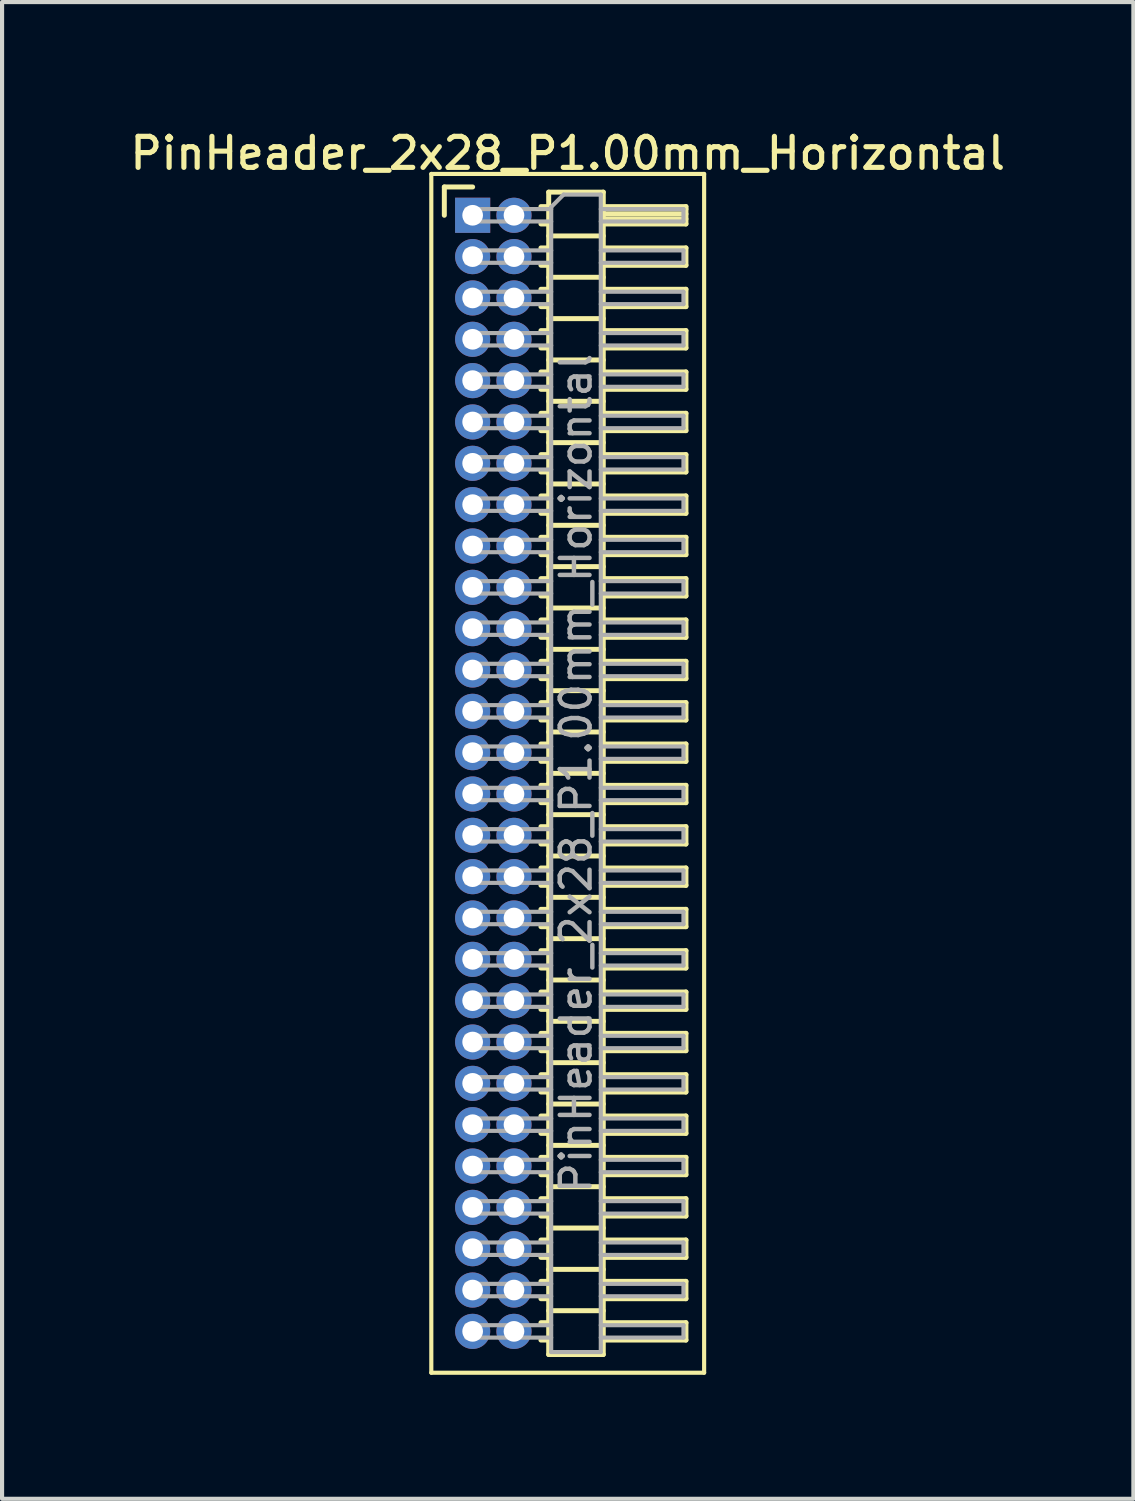
<source format=kicad_pcb>
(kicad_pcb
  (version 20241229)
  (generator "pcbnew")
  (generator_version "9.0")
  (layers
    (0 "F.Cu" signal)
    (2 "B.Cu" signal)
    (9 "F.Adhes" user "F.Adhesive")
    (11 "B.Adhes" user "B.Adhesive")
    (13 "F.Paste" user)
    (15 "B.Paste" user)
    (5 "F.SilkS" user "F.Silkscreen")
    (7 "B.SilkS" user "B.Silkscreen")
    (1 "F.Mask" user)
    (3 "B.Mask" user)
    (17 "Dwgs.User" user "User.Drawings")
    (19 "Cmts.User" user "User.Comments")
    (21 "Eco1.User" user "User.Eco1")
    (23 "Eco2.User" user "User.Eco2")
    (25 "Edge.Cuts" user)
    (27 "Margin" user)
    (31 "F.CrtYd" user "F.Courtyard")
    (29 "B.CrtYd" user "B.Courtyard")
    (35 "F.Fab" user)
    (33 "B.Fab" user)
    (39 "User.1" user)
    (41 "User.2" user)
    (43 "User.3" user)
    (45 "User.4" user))
  (footprint "PinHeader_2x28_P1.00mm_Horizontal"
    (layer "F.Cu")
    (at 8.384 2.158)
    (property "Reference" "PinHeader_2x28_P1.00mm_Horizontal" (at 2.3 -1.5 0) (layer "F.SilkS") (effects (font (size 0.75 0.75) (thickness 0.125))))
    (attr through_hole)
    (fp_line (start -1 -1) (end -1 28) (stroke (width 0.1) (type solid)) (layer "F.SilkS"))
    (fp_line (start -1 28) (end 5.6 28) (stroke (width 0.1) (type solid)) (layer "F.SilkS"))
    (fp_line (start -0.685 -0.685) (end 0 -0.685) (stroke (width 0.12) (type solid)) (layer "F.SilkS"))
    (fp_line (start -0.685 0) (end -0.685 -0.685) (stroke (width 0.12) (type solid)) (layer "F.SilkS"))
    (fp_line (start 1.652 -0.21) (end 1.84 -0.21) (stroke (width 0.12) (type solid)) (layer "F.SilkS"))
    (fp_line (start 1.652 0.21) (end 1.84 0.21) (stroke (width 0.12) (type solid)) (layer "F.SilkS"))
    (fp_line (start 1.652 0.79) (end 1.84 0.79) (stroke (width 0.12) (type solid)) (layer "F.SilkS"))
    (fp_line (start 1.652 1.21) (end 1.84 1.21) (stroke (width 0.12) (type solid)) (layer "F.SilkS"))
    (fp_line (start 1.652 1.79) (end 1.84 1.79) (stroke (width 0.12) (type solid)) (layer "F.SilkS"))
    (fp_line (start 1.652 2.21) (end 1.84 2.21) (stroke (width 0.12) (type solid)) (layer "F.SilkS"))
    (fp_line (start 1.652 2.79) (end 1.84 2.79) (stroke (width 0.12) (type solid)) (layer "F.SilkS"))
    (fp_line (start 1.652 3.21) (end 1.84 3.21) (stroke (width 0.12) (type solid)) (layer "F.SilkS"))
    (fp_line (start 1.652 3.79) (end 1.84 3.79) (stroke (width 0.12) (type solid)) (layer "F.SilkS"))
    (fp_line (start 1.652 4.21) (end 1.84 4.21) (stroke (width 0.12) (type solid)) (layer "F.SilkS"))
    (fp_line (start 1.652 4.79) (end 1.84 4.79) (stroke (width 0.12) (type solid)) (layer "F.SilkS"))
    (fp_line (start 1.652 5.21) (end 1.84 5.21) (stroke (width 0.12) (type solid)) (layer "F.SilkS"))
    (fp_line (start 1.652 5.79) (end 1.84 5.79) (stroke (width 0.12) (type solid)) (layer "F.SilkS"))
    (fp_line (start 1.652 6.21) (end 1.84 6.21) (stroke (width 0.12) (type solid)) (layer "F.SilkS"))
    (fp_line (start 1.652 6.79) (end 1.84 6.79) (stroke (width 0.12) (type solid)) (layer "F.SilkS"))
    (fp_line (start 1.652 7.21) (end 1.84 7.21) (stroke (width 0.12) (type solid)) (layer "F.SilkS"))
    (fp_line (start 1.652 7.79) (end 1.84 7.79) (stroke (width 0.12) (type solid)) (layer "F.SilkS"))
    (fp_line (start 1.652 8.21) (end 1.84 8.21) (stroke (width 0.12) (type solid)) (layer "F.SilkS"))
    (fp_line (start 1.652 8.79) (end 1.84 8.79) (stroke (width 0.12) (type solid)) (layer "F.SilkS"))
    (fp_line (start 1.652 9.21) (end 1.84 9.21) (stroke (width 0.12) (type solid)) (layer "F.SilkS"))
    (fp_line (start 1.652 9.79) (end 1.84 9.79) (stroke (width 0.12) (type solid)) (layer "F.SilkS"))
    (fp_line (start 1.652 10.21) (end 1.84 10.21) (stroke (width 0.12) (type solid)) (layer "F.SilkS"))
    (fp_line (start 1.652 10.79) (end 1.84 10.79) (stroke (width 0.12) (type solid)) (layer "F.SilkS"))
    (fp_line (start 1.652 11.21) (end 1.84 11.21) (stroke (width 0.12) (type solid)) (layer "F.SilkS"))
    (fp_line (start 1.652 11.79) (end 1.84 11.79) (stroke (width 0.12) (type solid)) (layer "F.SilkS"))
    (fp_line (start 1.652 12.21) (end 1.84 12.21) (stroke (width 0.12) (type solid)) (layer "F.SilkS"))
    (fp_line (start 1.652 12.79) (end 1.84 12.79) (stroke (width 0.12) (type solid)) (layer "F.SilkS"))
    (fp_line (start 1.652 13.21) (end 1.84 13.21) (stroke (width 0.12) (type solid)) (layer "F.SilkS"))
    (fp_line (start 1.652 13.79) (end 1.84 13.79) (stroke (width 0.12) (type solid)) (layer "F.SilkS"))
    (fp_line (start 1.652 14.21) (end 1.84 14.21) (stroke (width 0.12) (type solid)) (layer "F.SilkS"))
    (fp_line (start 1.652 14.79) (end 1.84 14.79) (stroke (width 0.12) (type solid)) (layer "F.SilkS"))
    (fp_line (start 1.652 15.21) (end 1.84 15.21) (stroke (width 0.12) (type solid)) (layer "F.SilkS"))
    (fp_line (start 1.652 15.79) (end 1.84 15.79) (stroke (width 0.12) (type solid)) (layer "F.SilkS"))
    (fp_line (start 1.652 16.21) (end 1.84 16.21) (stroke (width 0.12) (type solid)) (layer "F.SilkS"))
    (fp_line (start 1.652 16.79) (end 1.84 16.79) (stroke (width 0.12) (type solid)) (layer "F.SilkS"))
    (fp_line (start 1.652 17.21) (end 1.84 17.21) (stroke (width 0.12) (type solid)) (layer "F.SilkS"))
    (fp_line (start 1.652 17.79) (end 1.84 17.79) (stroke (width 0.12) (type solid)) (layer "F.SilkS"))
    (fp_line (start 1.652 18.21) (end 1.84 18.21) (stroke (width 0.12) (type solid)) (layer "F.SilkS"))
    (fp_line (start 1.652 18.79) (end 1.84 18.79) (stroke (width 0.12) (type solid)) (layer "F.SilkS"))
    (fp_line (start 1.652 19.21) (end 1.84 19.21) (stroke (width 0.12) (type solid)) (layer "F.SilkS"))
    (fp_line (start 1.652 19.79) (end 1.84 19.79) (stroke (width 0.12) (type solid)) (layer "F.SilkS"))
    (fp_line (start 1.652 20.21) (end 1.84 20.21) (stroke (width 0.12) (type solid)) (layer "F.SilkS"))
    (fp_line (start 1.652 20.79) (end 1.84 20.79) (stroke (width 0.12) (type solid)) (layer "F.SilkS"))
    (fp_line (start 1.652 21.21) (end 1.84 21.21) (stroke (width 0.12) (type solid)) (layer "F.SilkS"))
    (fp_line (start 1.652 21.79) (end 1.84 21.79) (stroke (width 0.12) (type solid)) (layer "F.SilkS"))
    (fp_line (start 1.652 22.21) (end 1.84 22.21) (stroke (width 0.12) (type solid)) (layer "F.SilkS"))
    (fp_line (start 1.652 22.79) (end 1.84 22.79) (stroke (width 0.12) (type solid)) (layer "F.SilkS"))
    (fp_line (start 1.652 23.21) (end 1.84 23.21) (stroke (width 0.12) (type solid)) (layer "F.SilkS"))
    (fp_line (start 1.652 23.79) (end 1.84 23.79) (stroke (width 0.12) (type solid)) (layer "F.SilkS"))
    (fp_line (start 1.652 24.21) (end 1.84 24.21) (stroke (width 0.12) (type solid)) (layer "F.SilkS"))
    (fp_line (start 1.652 24.79) (end 1.84 24.79) (stroke (width 0.12) (type solid)) (layer "F.SilkS"))
    (fp_line (start 1.652 25.21) (end 1.84 25.21) (stroke (width 0.12) (type solid)) (layer "F.SilkS"))
    (fp_line (start 1.652 25.79) (end 1.84 25.79) (stroke (width 0.12) (type solid)) (layer "F.SilkS"))
    (fp_line (start 1.652 26.21) (end 1.84 26.21) (stroke (width 0.12) (type solid)) (layer "F.SilkS"))
    (fp_line (start 1.652 26.79) (end 1.84 26.79) (stroke (width 0.12) (type solid)) (layer "F.SilkS"))
    (fp_line (start 1.652 27.21) (end 1.84 27.21) (stroke (width 0.12) (type solid)) (layer "F.SilkS"))
    (fp_line (start 1.84 -0.56) (end 1.84 27.56) (stroke (width 0.12) (type solid)) (layer "F.SilkS"))
    (fp_line (start 1.84 0.5) (end 3.16 0.5) (stroke (width 0.12) (type solid)) (layer "F.SilkS"))
    (fp_line (start 1.84 1.5) (end 3.16 1.5) (stroke (width 0.12) (type solid)) (layer "F.SilkS"))
    (fp_line (start 1.84 2.5) (end 3.16 2.5) (stroke (width 0.12) (type solid)) (layer "F.SilkS"))
    (fp_line (start 1.84 3.5) (end 3.16 3.5) (stroke (width 0.12) (type solid)) (layer "F.SilkS"))
    (fp_line (start 1.84 4.5) (end 3.16 4.5) (stroke (width 0.12) (type solid)) (layer "F.SilkS"))
    (fp_line (start 1.84 5.5) (end 3.16 5.5) (stroke (width 0.12) (type solid)) (layer "F.SilkS"))
    (fp_line (start 1.84 6.5) (end 3.16 6.5) (stroke (width 0.12) (type solid)) (layer "F.SilkS"))
    (fp_line (start 1.84 7.5) (end 3.16 7.5) (stroke (width 0.12) (type solid)) (layer "F.SilkS"))
    (fp_line (start 1.84 8.5) (end 3.16 8.5) (stroke (width 0.12) (type solid)) (layer "F.SilkS"))
    (fp_line (start 1.84 9.5) (end 3.16 9.5) (stroke (width 0.12) (type solid)) (layer "F.SilkS"))
    (fp_line (start 1.84 10.5) (end 3.16 10.5) (stroke (width 0.12) (type solid)) (layer "F.SilkS"))
    (fp_line (start 1.84 11.5) (end 3.16 11.5) (stroke (width 0.12) (type solid)) (layer "F.SilkS"))
    (fp_line (start 1.84 12.5) (end 3.16 12.5) (stroke (width 0.12) (type solid)) (layer "F.SilkS"))
    (fp_line (start 1.84 13.5) (end 3.16 13.5) (stroke (width 0.12) (type solid)) (layer "F.SilkS"))
    (fp_line (start 1.84 14.5) (end 3.16 14.5) (stroke (width 0.12) (type solid)) (layer "F.SilkS"))
    (fp_line (start 1.84 15.5) (end 3.16 15.5) (stroke (width 0.12) (type solid)) (layer "F.SilkS"))
    (fp_line (start 1.84 16.5) (end 3.16 16.5) (stroke (width 0.12) (type solid)) (layer "F.SilkS"))
    (fp_line (start 1.84 17.5) (end 3.16 17.5) (stroke (width 0.12) (type solid)) (layer "F.SilkS"))
    (fp_line (start 1.84 18.5) (end 3.16 18.5) (stroke (width 0.12) (type solid)) (layer "F.SilkS"))
    (fp_line (start 1.84 19.5) (end 3.16 19.5) (stroke (width 0.12) (type solid)) (layer "F.SilkS"))
    (fp_line (start 1.84 20.5) (end 3.16 20.5) (stroke (width 0.12) (type solid)) (layer "F.SilkS"))
    (fp_line (start 1.84 21.5) (end 3.16 21.5) (stroke (width 0.12) (type solid)) (layer "F.SilkS"))
    (fp_line (start 1.84 22.5) (end 3.16 22.5) (stroke (width 0.12) (type solid)) (layer "F.SilkS"))
    (fp_line (start 1.84 23.5) (end 3.16 23.5) (stroke (width 0.12) (type solid)) (layer "F.SilkS"))
    (fp_line (start 1.84 24.5) (end 3.16 24.5) (stroke (width 0.12) (type solid)) (layer "F.SilkS"))
    (fp_line (start 1.84 25.5) (end 3.16 25.5) (stroke (width 0.12) (type solid)) (layer "F.SilkS"))
    (fp_line (start 1.84 26.5) (end 3.16 26.5) (stroke (width 0.12) (type solid)) (layer "F.SilkS"))
    (fp_line (start 1.84 27.56) (end 3.16 27.56) (stroke (width 0.12) (type solid)) (layer "F.SilkS"))
    (fp_line (start 3.16 -0.56) (end 1.84 -0.56) (stroke (width 0.12) (type solid)) (layer "F.SilkS"))
    (fp_line (start 3.16 -0.21) (end 5.16 -0.21) (stroke (width 0.12) (type solid)) (layer "F.SilkS"))
    (fp_line (start 3.16 -0.15) (end 5.16 -0.15) (stroke (width 0.12) (type solid)) (layer "F.SilkS"))
    (fp_line (start 3.16 -0.03) (end 5.16 -0.03) (stroke (width 0.12) (type solid)) (layer "F.SilkS"))
    (fp_line (start 3.16 0.09) (end 5.16 0.09) (stroke (width 0.12) (type solid)) (layer "F.SilkS"))
    (fp_line (start 3.16 0.79) (end 5.16 0.79) (stroke (width 0.12) (type solid)) (layer "F.SilkS"))
    (fp_line (start 3.16 1.79) (end 5.16 1.79) (stroke (width 0.12) (type solid)) (layer "F.SilkS"))
    (fp_line (start 3.16 2.79) (end 5.16 2.79) (stroke (width 0.12) (type solid)) (layer "F.SilkS"))
    (fp_line (start 3.16 3.79) (end 5.16 3.79) (stroke (width 0.12) (type solid)) (layer "F.SilkS"))
    (fp_line (start 3.16 4.79) (end 5.16 4.79) (stroke (width 0.12) (type solid)) (layer "F.SilkS"))
    (fp_line (start 3.16 5.79) (end 5.16 5.79) (stroke (width 0.12) (type solid)) (layer "F.SilkS"))
    (fp_line (start 3.16 6.79) (end 5.16 6.79) (stroke (width 0.12) (type solid)) (layer "F.SilkS"))
    (fp_line (start 3.16 7.79) (end 5.16 7.79) (stroke (width 0.12) (type solid)) (layer "F.SilkS"))
    (fp_line (start 3.16 8.79) (end 5.16 8.79) (stroke (width 0.12) (type solid)) (layer "F.SilkS"))
    (fp_line (start 3.16 9.79) (end 5.16 9.79) (stroke (width 0.12) (type solid)) (layer "F.SilkS"))
    (fp_line (start 3.16 10.79) (end 5.16 10.79) (stroke (width 0.12) (type solid)) (layer "F.SilkS"))
    (fp_line (start 3.16 11.79) (end 5.16 11.79) (stroke (width 0.12) (type solid)) (layer "F.SilkS"))
    (fp_line (start 3.16 12.79) (end 5.16 12.79) (stroke (width 0.12) (type solid)) (layer "F.SilkS"))
    (fp_line (start 3.16 13.79) (end 5.16 13.79) (stroke (width 0.12) (type solid)) (layer "F.SilkS"))
    (fp_line (start 3.16 14.79) (end 5.16 14.79) (stroke (width 0.12) (type solid)) (layer "F.SilkS"))
    (fp_line (start 3.16 15.79) (end 5.16 15.79) (stroke (width 0.12) (type solid)) (layer "F.SilkS"))
    (fp_line (start 3.16 16.79) (end 5.16 16.79) (stroke (width 0.12) (type solid)) (layer "F.SilkS"))
    (fp_line (start 3.16 17.79) (end 5.16 17.79) (stroke (width 0.12) (type solid)) (layer "F.SilkS"))
    (fp_line (start 3.16 18.79) (end 5.16 18.79) (stroke (width 0.12) (type solid)) (layer "F.SilkS"))
    (fp_line (start 3.16 19.79) (end 5.16 19.79) (stroke (width 0.12) (type solid)) (layer "F.SilkS"))
    (fp_line (start 3.16 20.79) (end 5.16 20.79) (stroke (width 0.12) (type solid)) (layer "F.SilkS"))
    (fp_line (start 3.16 21.79) (end 5.16 21.79) (stroke (width 0.12) (type solid)) (layer "F.SilkS"))
    (fp_line (start 3.16 22.79) (end 5.16 22.79) (stroke (width 0.12) (type solid)) (layer "F.SilkS"))
    (fp_line (start 3.16 23.79) (end 5.16 23.79) (stroke (width 0.12) (type solid)) (layer "F.SilkS"))
    (fp_line (start 3.16 24.79) (end 5.16 24.79) (stroke (width 0.12) (type solid)) (layer "F.SilkS"))
    (fp_line (start 3.16 25.79) (end 5.16 25.79) (stroke (width 0.12) (type solid)) (layer "F.SilkS"))
    (fp_line (start 3.16 26.79) (end 5.16 26.79) (stroke (width 0.12) (type solid)) (layer "F.SilkS"))
    (fp_line (start 3.16 27.56) (end 3.16 -0.56) (stroke (width 0.12) (type solid)) (layer "F.SilkS"))
    (fp_line (start 5.16 -0.21) (end 5.16 0.21) (stroke (width 0.12) (type solid)) (layer "F.SilkS"))
    (fp_line (start 5.16 0.21) (end 3.16 0.21) (stroke (width 0.12) (type solid)) (layer "F.SilkS"))
    (fp_line (start 5.16 0.79) (end 5.16 1.21) (stroke (width 0.12) (type solid)) (layer "F.SilkS"))
    (fp_line (start 5.16 1.21) (end 3.16 1.21) (stroke (width 0.12) (type solid)) (layer "F.SilkS"))
    (fp_line (start 5.16 1.79) (end 5.16 2.21) (stroke (width 0.12) (type solid)) (layer "F.SilkS"))
    (fp_line (start 5.16 2.21) (end 3.16 2.21) (stroke (width 0.12) (type solid)) (layer "F.SilkS"))
    (fp_line (start 5.16 2.79) (end 5.16 3.21) (stroke (width 0.12) (type solid)) (layer "F.SilkS"))
    (fp_line (start 5.16 3.21) (end 3.16 3.21) (stroke (width 0.12) (type solid)) (layer "F.SilkS"))
    (fp_line (start 5.16 3.79) (end 5.16 4.21) (stroke (width 0.12) (type solid)) (layer "F.SilkS"))
    (fp_line (start 5.16 4.21) (end 3.16 4.21) (stroke (width 0.12) (type solid)) (layer "F.SilkS"))
    (fp_line (start 5.16 4.79) (end 5.16 5.21) (stroke (width 0.12) (type solid)) (layer "F.SilkS"))
    (fp_line (start 5.16 5.21) (end 3.16 5.21) (stroke (width 0.12) (type solid)) (layer "F.SilkS"))
    (fp_line (start 5.16 5.79) (end 5.16 6.21) (stroke (width 0.12) (type solid)) (layer "F.SilkS"))
    (fp_line (start 5.16 6.21) (end 3.16 6.21) (stroke (width 0.12) (type solid)) (layer "F.SilkS"))
    (fp_line (start 5.16 6.79) (end 5.16 7.21) (stroke (width 0.12) (type solid)) (layer "F.SilkS"))
    (fp_line (start 5.16 7.21) (end 3.16 7.21) (stroke (width 0.12) (type solid)) (layer "F.SilkS"))
    (fp_line (start 5.16 7.79) (end 5.16 8.21) (stroke (width 0.12) (type solid)) (layer "F.SilkS"))
    (fp_line (start 5.16 8.21) (end 3.16 8.21) (stroke (width 0.12) (type solid)) (layer "F.SilkS"))
    (fp_line (start 5.16 8.79) (end 5.16 9.21) (stroke (width 0.12) (type solid)) (layer "F.SilkS"))
    (fp_line (start 5.16 9.21) (end 3.16 9.21) (stroke (width 0.12) (type solid)) (layer "F.SilkS"))
    (fp_line (start 5.16 9.79) (end 5.16 10.21) (stroke (width 0.12) (type solid)) (layer "F.SilkS"))
    (fp_line (start 5.16 10.21) (end 3.16 10.21) (stroke (width 0.12) (type solid)) (layer "F.SilkS"))
    (fp_line (start 5.16 10.79) (end 5.16 11.21) (stroke (width 0.12) (type solid)) (layer "F.SilkS"))
    (fp_line (start 5.16 11.21) (end 3.16 11.21) (stroke (width 0.12) (type solid)) (layer "F.SilkS"))
    (fp_line (start 5.16 11.79) (end 5.16 12.21) (stroke (width 0.12) (type solid)) (layer "F.SilkS"))
    (fp_line (start 5.16 12.21) (end 3.16 12.21) (stroke (width 0.12) (type solid)) (layer "F.SilkS"))
    (fp_line (start 5.16 12.79) (end 5.16 13.21) (stroke (width 0.12) (type solid)) (layer "F.SilkS"))
    (fp_line (start 5.16 13.21) (end 3.16 13.21) (stroke (width 0.12) (type solid)) (layer "F.SilkS"))
    (fp_line (start 5.16 13.79) (end 5.16 14.21) (stroke (width 0.12) (type solid)) (layer "F.SilkS"))
    (fp_line (start 5.16 14.21) (end 3.16 14.21) (stroke (width 0.12) (type solid)) (layer "F.SilkS"))
    (fp_line (start 5.16 14.79) (end 5.16 15.21) (stroke (width 0.12) (type solid)) (layer "F.SilkS"))
    (fp_line (start 5.16 15.21) (end 3.16 15.21) (stroke (width 0.12) (type solid)) (layer "F.SilkS"))
    (fp_line (start 5.16 15.79) (end 5.16 16.21) (stroke (width 0.12) (type solid)) (layer "F.SilkS"))
    (fp_line (start 5.16 16.21) (end 3.16 16.21) (stroke (width 0.12) (type solid)) (layer "F.SilkS"))
    (fp_line (start 5.16 16.79) (end 5.16 17.21) (stroke (width 0.12) (type solid)) (layer "F.SilkS"))
    (fp_line (start 5.16 17.21) (end 3.16 17.21) (stroke (width 0.12) (type solid)) (layer "F.SilkS"))
    (fp_line (start 5.16 17.79) (end 5.16 18.21) (stroke (width 0.12) (type solid)) (layer "F.SilkS"))
    (fp_line (start 5.16 18.21) (end 3.16 18.21) (stroke (width 0.12) (type solid)) (layer "F.SilkS"))
    (fp_line (start 5.16 18.79) (end 5.16 19.21) (stroke (width 0.12) (type solid)) (layer "F.SilkS"))
    (fp_line (start 5.16 19.21) (end 3.16 19.21) (stroke (width 0.12) (type solid)) (layer "F.SilkS"))
    (fp_line (start 5.16 19.79) (end 5.16 20.21) (stroke (width 0.12) (type solid)) (layer "F.SilkS"))
    (fp_line (start 5.16 20.21) (end 3.16 20.21) (stroke (width 0.12) (type solid)) (layer "F.SilkS"))
    (fp_line (start 5.16 20.79) (end 5.16 21.21) (stroke (width 0.12) (type solid)) (layer "F.SilkS"))
    (fp_line (start 5.16 21.21) (end 3.16 21.21) (stroke (width 0.12) (type solid)) (layer "F.SilkS"))
    (fp_line (start 5.16 21.79) (end 5.16 22.21) (stroke (width 0.12) (type solid)) (layer "F.SilkS"))
    (fp_line (start 5.16 22.21) (end 3.16 22.21) (stroke (width 0.12) (type solid)) (layer "F.SilkS"))
    (fp_line (start 5.16 22.79) (end 5.16 23.21) (stroke (width 0.12) (type solid)) (layer "F.SilkS"))
    (fp_line (start 5.16 23.21) (end 3.16 23.21) (stroke (width 0.12) (type solid)) (layer "F.SilkS"))
    (fp_line (start 5.16 23.79) (end 5.16 24.21) (stroke (width 0.12) (type solid)) (layer "F.SilkS"))
    (fp_line (start 5.16 24.21) (end 3.16 24.21) (stroke (width 0.12) (type solid)) (layer "F.SilkS"))
    (fp_line (start 5.16 24.79) (end 5.16 25.21) (stroke (width 0.12) (type solid)) (layer "F.SilkS"))
    (fp_line (start 5.16 25.21) (end 3.16 25.21) (stroke (width 0.12) (type solid)) (layer "F.SilkS"))
    (fp_line (start 5.16 25.79) (end 5.16 26.21) (stroke (width 0.12) (type solid)) (layer "F.SilkS"))
    (fp_line (start 5.16 26.21) (end 3.16 26.21) (stroke (width 0.12) (type solid)) (layer "F.SilkS"))
    (fp_line (start 5.16 26.79) (end 5.16 27.21) (stroke (width 0.12) (type solid)) (layer "F.SilkS"))
    (fp_line (start 5.16 27.21) (end 3.16 27.21) (stroke (width 0.12) (type solid)) (layer "F.SilkS"))
    (fp_line (start 5.6 -1) (end -1 -1) (stroke (width 0.1) (type solid)) (layer "F.SilkS"))
    (fp_line (start 5.6 28) (end 5.6 -1) (stroke (width 0.1) (type solid)) (layer "F.SilkS"))
    (fp_line (start -0.15 -0.15) (end -0.15 0.15) (stroke (width 0.1) (type solid)) (layer "F.Fab"))
    (fp_line (start -0.15 -0.15) (end 1.9 -0.15) (stroke (width 0.1) (type solid)) (layer "F.Fab"))
    (fp_line (start -0.15 0.15) (end 1.9 0.15) (stroke (width 0.1) (type solid)) (layer "F.Fab"))
    (fp_line (start -0.15 0.85) (end -0.15 1.15) (stroke (width 0.1) (type solid)) (layer "F.Fab"))
    (fp_line (start -0.15 0.85) (end 1.9 0.85) (stroke (width 0.1) (type solid)) (layer "F.Fab"))
    (fp_line (start -0.15 1.15) (end 1.9 1.15) (stroke (width 0.1) (type solid)) (layer "F.Fab"))
    (fp_line (start -0.15 1.85) (end -0.15 2.15) (stroke (width 0.1) (type solid)) (layer "F.Fab"))
    (fp_line (start -0.15 1.85) (end 1.9 1.85) (stroke (width 0.1) (type solid)) (layer "F.Fab"))
    (fp_line (start -0.15 2.15) (end 1.9 2.15) (stroke (width 0.1) (type solid)) (layer "F.Fab"))
    (fp_line (start -0.15 2.85) (end -0.15 3.15) (stroke (width 0.1) (type solid)) (layer "F.Fab"))
    (fp_line (start -0.15 2.85) (end 1.9 2.85) (stroke (width 0.1) (type solid)) (layer "F.Fab"))
    (fp_line (start -0.15 3.15) (end 1.9 3.15) (stroke (width 0.1) (type solid)) (layer "F.Fab"))
    (fp_line (start -0.15 3.85) (end -0.15 4.15) (stroke (width 0.1) (type solid)) (layer "F.Fab"))
    (fp_line (start -0.15 3.85) (end 1.9 3.85) (stroke (width 0.1) (type solid)) (layer "F.Fab"))
    (fp_line (start -0.15 4.15) (end 1.9 4.15) (stroke (width 0.1) (type solid)) (layer "F.Fab"))
    (fp_line (start -0.15 4.85) (end -0.15 5.15) (stroke (width 0.1) (type solid)) (layer "F.Fab"))
    (fp_line (start -0.15 4.85) (end 1.9 4.85) (stroke (width 0.1) (type solid)) (layer "F.Fab"))
    (fp_line (start -0.15 5.15) (end 1.9 5.15) (stroke (width 0.1) (type solid)) (layer "F.Fab"))
    (fp_line (start -0.15 5.85) (end -0.15 6.15) (stroke (width 0.1) (type solid)) (layer "F.Fab"))
    (fp_line (start -0.15 5.85) (end 1.9 5.85) (stroke (width 0.1) (type solid)) (layer "F.Fab"))
    (fp_line (start -0.15 6.15) (end 1.9 6.15) (stroke (width 0.1) (type solid)) (layer "F.Fab"))
    (fp_line (start -0.15 6.85) (end -0.15 7.15) (stroke (width 0.1) (type solid)) (layer "F.Fab"))
    (fp_line (start -0.15 6.85) (end 1.9 6.85) (stroke (width 0.1) (type solid)) (layer "F.Fab"))
    (fp_line (start -0.15 7.15) (end 1.9 7.15) (stroke (width 0.1) (type solid)) (layer "F.Fab"))
    (fp_line (start -0.15 7.85) (end -0.15 8.15) (stroke (width 0.1) (type solid)) (layer "F.Fab"))
    (fp_line (start -0.15 7.85) (end 1.9 7.85) (stroke (width 0.1) (type solid)) (layer "F.Fab"))
    (fp_line (start -0.15 8.15) (end 1.9 8.15) (stroke (width 0.1) (type solid)) (layer "F.Fab"))
    (fp_line (start -0.15 8.85) (end -0.15 9.15) (stroke (width 0.1) (type solid)) (layer "F.Fab"))
    (fp_line (start -0.15 8.85) (end 1.9 8.85) (stroke (width 0.1) (type solid)) (layer "F.Fab"))
    (fp_line (start -0.15 9.15) (end 1.9 9.15) (stroke (width 0.1) (type solid)) (layer "F.Fab"))
    (fp_line (start -0.15 9.85) (end -0.15 10.15) (stroke (width 0.1) (type solid)) (layer "F.Fab"))
    (fp_line (start -0.15 9.85) (end 1.9 9.85) (stroke (width 0.1) (type solid)) (layer "F.Fab"))
    (fp_line (start -0.15 10.15) (end 1.9 10.15) (stroke (width 0.1) (type solid)) (layer "F.Fab"))
    (fp_line (start -0.15 10.85) (end -0.15 11.15) (stroke (width 0.1) (type solid)) (layer "F.Fab"))
    (fp_line (start -0.15 10.85) (end 1.9 10.85) (stroke (width 0.1) (type solid)) (layer "F.Fab"))
    (fp_line (start -0.15 11.15) (end 1.9 11.15) (stroke (width 0.1) (type solid)) (layer "F.Fab"))
    (fp_line (start -0.15 11.85) (end -0.15 12.15) (stroke (width 0.1) (type solid)) (layer "F.Fab"))
    (fp_line (start -0.15 11.85) (end 1.9 11.85) (stroke (width 0.1) (type solid)) (layer "F.Fab"))
    (fp_line (start -0.15 12.15) (end 1.9 12.15) (stroke (width 0.1) (type solid)) (layer "F.Fab"))
    (fp_line (start -0.15 12.85) (end -0.15 13.15) (stroke (width 0.1) (type solid)) (layer "F.Fab"))
    (fp_line (start -0.15 12.85) (end 1.9 12.85) (stroke (width 0.1) (type solid)) (layer "F.Fab"))
    (fp_line (start -0.15 13.15) (end 1.9 13.15) (stroke (width 0.1) (type solid)) (layer "F.Fab"))
    (fp_line (start -0.15 13.85) (end -0.15 14.15) (stroke (width 0.1) (type solid)) (layer "F.Fab"))
    (fp_line (start -0.15 13.85) (end 1.9 13.85) (stroke (width 0.1) (type solid)) (layer "F.Fab"))
    (fp_line (start -0.15 14.15) (end 1.9 14.15) (stroke (width 0.1) (type solid)) (layer "F.Fab"))
    (fp_line (start -0.15 14.85) (end -0.15 15.15) (stroke (width 0.1) (type solid)) (layer "F.Fab"))
    (fp_line (start -0.15 14.85) (end 1.9 14.85) (stroke (width 0.1) (type solid)) (layer "F.Fab"))
    (fp_line (start -0.15 15.15) (end 1.9 15.15) (stroke (width 0.1) (type solid)) (layer "F.Fab"))
    (fp_line (start -0.15 15.85) (end -0.15 16.15) (stroke (width 0.1) (type solid)) (layer "F.Fab"))
    (fp_line (start -0.15 15.85) (end 1.9 15.85) (stroke (width 0.1) (type solid)) (layer "F.Fab"))
    (fp_line (start -0.15 16.15) (end 1.9 16.15) (stroke (width 0.1) (type solid)) (layer "F.Fab"))
    (fp_line (start -0.15 16.85) (end -0.15 17.15) (stroke (width 0.1) (type solid)) (layer "F.Fab"))
    (fp_line (start -0.15 16.85) (end 1.9 16.85) (stroke (width 0.1) (type solid)) (layer "F.Fab"))
    (fp_line (start -0.15 17.15) (end 1.9 17.15) (stroke (width 0.1) (type solid)) (layer "F.Fab"))
    (fp_line (start -0.15 17.85) (end -0.15 18.15) (stroke (width 0.1) (type solid)) (layer "F.Fab"))
    (fp_line (start -0.15 17.85) (end 1.9 17.85) (stroke (width 0.1) (type solid)) (layer "F.Fab"))
    (fp_line (start -0.15 18.15) (end 1.9 18.15) (stroke (width 0.1) (type solid)) (layer "F.Fab"))
    (fp_line (start -0.15 18.85) (end -0.15 19.15) (stroke (width 0.1) (type solid)) (layer "F.Fab"))
    (fp_line (start -0.15 18.85) (end 1.9 18.85) (stroke (width 0.1) (type solid)) (layer "F.Fab"))
    (fp_line (start -0.15 19.15) (end 1.9 19.15) (stroke (width 0.1) (type solid)) (layer "F.Fab"))
    (fp_line (start -0.15 19.85) (end -0.15 20.15) (stroke (width 0.1) (type solid)) (layer "F.Fab"))
    (fp_line (start -0.15 19.85) (end 1.9 19.85) (stroke (width 0.1) (type solid)) (layer "F.Fab"))
    (fp_line (start -0.15 20.15) (end 1.9 20.15) (stroke (width 0.1) (type solid)) (layer "F.Fab"))
    (fp_line (start -0.15 20.85) (end -0.15 21.15) (stroke (width 0.1) (type solid)) (layer "F.Fab"))
    (fp_line (start -0.15 20.85) (end 1.9 20.85) (stroke (width 0.1) (type solid)) (layer "F.Fab"))
    (fp_line (start -0.15 21.15) (end 1.9 21.15) (stroke (width 0.1) (type solid)) (layer "F.Fab"))
    (fp_line (start -0.15 21.85) (end -0.15 22.15) (stroke (width 0.1) (type solid)) (layer "F.Fab"))
    (fp_line (start -0.15 21.85) (end 1.9 21.85) (stroke (width 0.1) (type solid)) (layer "F.Fab"))
    (fp_line (start -0.15 22.15) (end 1.9 22.15) (stroke (width 0.1) (type solid)) (layer "F.Fab"))
    (fp_line (start -0.15 22.85) (end -0.15 23.15) (stroke (width 0.1) (type solid)) (layer "F.Fab"))
    (fp_line (start -0.15 22.85) (end 1.9 22.85) (stroke (width 0.1) (type solid)) (layer "F.Fab"))
    (fp_line (start -0.15 23.15) (end 1.9 23.15) (stroke (width 0.1) (type solid)) (layer "F.Fab"))
    (fp_line (start -0.15 23.85) (end -0.15 24.15) (stroke (width 0.1) (type solid)) (layer "F.Fab"))
    (fp_line (start -0.15 23.85) (end 1.9 23.85) (stroke (width 0.1) (type solid)) (layer "F.Fab"))
    (fp_line (start -0.15 24.15) (end 1.9 24.15) (stroke (width 0.1) (type solid)) (layer "F.Fab"))
    (fp_line (start -0.15 24.85) (end -0.15 25.15) (stroke (width 0.1) (type solid)) (layer "F.Fab"))
    (fp_line (start -0.15 24.85) (end 1.9 24.85) (stroke (width 0.1) (type solid)) (layer "F.Fab"))
    (fp_line (start -0.15 25.15) (end 1.9 25.15) (stroke (width 0.1) (type solid)) (layer "F.Fab"))
    (fp_line (start -0.15 25.85) (end -0.15 26.15) (stroke (width 0.1) (type solid)) (layer "F.Fab"))
    (fp_line (start -0.15 25.85) (end 1.9 25.85) (stroke (width 0.1) (type solid)) (layer "F.Fab"))
    (fp_line (start -0.15 26.15) (end 1.9 26.15) (stroke (width 0.1) (type solid)) (layer "F.Fab"))
    (fp_line (start -0.15 26.85) (end -0.15 27.15) (stroke (width 0.1) (type solid)) (layer "F.Fab"))
    (fp_line (start -0.15 26.85) (end 1.9 26.85) (stroke (width 0.1) (type solid)) (layer "F.Fab"))
    (fp_line (start -0.15 27.15) (end 1.9 27.15) (stroke (width 0.1) (type solid)) (layer "F.Fab"))
    (fp_line (start 1.9 -0.2) (end 2.2 -0.5) (stroke (width 0.1) (type solid)) (layer "F.Fab"))
    (fp_line (start 1.9 27.5) (end 1.9 -0.2) (stroke (width 0.1) (type solid)) (layer "F.Fab"))
    (fp_line (start 2.2 -0.5) (end 3.1 -0.5) (stroke (width 0.1) (type solid)) (layer "F.Fab"))
    (fp_line (start 3.1 -0.5) (end 3.1 27.5) (stroke (width 0.1) (type solid)) (layer "F.Fab"))
    (fp_line (start 3.1 -0.15) (end 5.1 -0.15) (stroke (width 0.1) (type solid)) (layer "F.Fab"))
    (fp_line (start 3.1 0.15) (end 5.1 0.15) (stroke (width 0.1) (type solid)) (layer "F.Fab"))
    (fp_line (start 3.1 0.85) (end 5.1 0.85) (stroke (width 0.1) (type solid)) (layer "F.Fab"))
    (fp_line (start 3.1 1.15) (end 5.1 1.15) (stroke (width 0.1) (type solid)) (layer "F.Fab"))
    (fp_line (start 3.1 1.85) (end 5.1 1.85) (stroke (width 0.1) (type solid)) (layer "F.Fab"))
    (fp_line (start 3.1 2.15) (end 5.1 2.15) (stroke (width 0.1) (type solid)) (layer "F.Fab"))
    (fp_line (start 3.1 2.85) (end 5.1 2.85) (stroke (width 0.1) (type solid)) (layer "F.Fab"))
    (fp_line (start 3.1 3.15) (end 5.1 3.15) (stroke (width 0.1) (type solid)) (layer "F.Fab"))
    (fp_line (start 3.1 3.85) (end 5.1 3.85) (stroke (width 0.1) (type solid)) (layer "F.Fab"))
    (fp_line (start 3.1 4.15) (end 5.1 4.15) (stroke (width 0.1) (type solid)) (layer "F.Fab"))
    (fp_line (start 3.1 4.85) (end 5.1 4.85) (stroke (width 0.1) (type solid)) (layer "F.Fab"))
    (fp_line (start 3.1 5.15) (end 5.1 5.15) (stroke (width 0.1) (type solid)) (layer "F.Fab"))
    (fp_line (start 3.1 5.85) (end 5.1 5.85) (stroke (width 0.1) (type solid)) (layer "F.Fab"))
    (fp_line (start 3.1 6.15) (end 5.1 6.15) (stroke (width 0.1) (type solid)) (layer "F.Fab"))
    (fp_line (start 3.1 6.85) (end 5.1 6.85) (stroke (width 0.1) (type solid)) (layer "F.Fab"))
    (fp_line (start 3.1 7.15) (end 5.1 7.15) (stroke (width 0.1) (type solid)) (layer "F.Fab"))
    (fp_line (start 3.1 7.85) (end 5.1 7.85) (stroke (width 0.1) (type solid)) (layer "F.Fab"))
    (fp_line (start 3.1 8.15) (end 5.1 8.15) (stroke (width 0.1) (type solid)) (layer "F.Fab"))
    (fp_line (start 3.1 8.85) (end 5.1 8.85) (stroke (width 0.1) (type solid)) (layer "F.Fab"))
    (fp_line (start 3.1 9.15) (end 5.1 9.15) (stroke (width 0.1) (type solid)) (layer "F.Fab"))
    (fp_line (start 3.1 9.85) (end 5.1 9.85) (stroke (width 0.1) (type solid)) (layer "F.Fab"))
    (fp_line (start 3.1 10.15) (end 5.1 10.15) (stroke (width 0.1) (type solid)) (layer "F.Fab"))
    (fp_line (start 3.1 10.85) (end 5.1 10.85) (stroke (width 0.1) (type solid)) (layer "F.Fab"))
    (fp_line (start 3.1 11.15) (end 5.1 11.15) (stroke (width 0.1) (type solid)) (layer "F.Fab"))
    (fp_line (start 3.1 11.85) (end 5.1 11.85) (stroke (width 0.1) (type solid)) (layer "F.Fab"))
    (fp_line (start 3.1 12.15) (end 5.1 12.15) (stroke (width 0.1) (type solid)) (layer "F.Fab"))
    (fp_line (start 3.1 12.85) (end 5.1 12.85) (stroke (width 0.1) (type solid)) (layer "F.Fab"))
    (fp_line (start 3.1 13.15) (end 5.1 13.15) (stroke (width 0.1) (type solid)) (layer "F.Fab"))
    (fp_line (start 3.1 13.85) (end 5.1 13.85) (stroke (width 0.1) (type solid)) (layer "F.Fab"))
    (fp_line (start 3.1 14.15) (end 5.1 14.15) (stroke (width 0.1) (type solid)) (layer "F.Fab"))
    (fp_line (start 3.1 14.85) (end 5.1 14.85) (stroke (width 0.1) (type solid)) (layer "F.Fab"))
    (fp_line (start 3.1 15.15) (end 5.1 15.15) (stroke (width 0.1) (type solid)) (layer "F.Fab"))
    (fp_line (start 3.1 15.85) (end 5.1 15.85) (stroke (width 0.1) (type solid)) (layer "F.Fab"))
    (fp_line (start 3.1 16.15) (end 5.1 16.15) (stroke (width 0.1) (type solid)) (layer "F.Fab"))
    (fp_line (start 3.1 16.85) (end 5.1 16.85) (stroke (width 0.1) (type solid)) (layer "F.Fab"))
    (fp_line (start 3.1 17.15) (end 5.1 17.15) (stroke (width 0.1) (type solid)) (layer "F.Fab"))
    (fp_line (start 3.1 17.85) (end 5.1 17.85) (stroke (width 0.1) (type solid)) (layer "F.Fab"))
    (fp_line (start 3.1 18.15) (end 5.1 18.15) (stroke (width 0.1) (type solid)) (layer "F.Fab"))
    (fp_line (start 3.1 18.85) (end 5.1 18.85) (stroke (width 0.1) (type solid)) (layer "F.Fab"))
    (fp_line (start 3.1 19.15) (end 5.1 19.15) (stroke (width 0.1) (type solid)) (layer "F.Fab"))
    (fp_line (start 3.1 19.85) (end 5.1 19.85) (stroke (width 0.1) (type solid)) (layer "F.Fab"))
    (fp_line (start 3.1 20.15) (end 5.1 20.15) (stroke (width 0.1) (type solid)) (layer "F.Fab"))
    (fp_line (start 3.1 20.85) (end 5.1 20.85) (stroke (width 0.1) (type solid)) (layer "F.Fab"))
    (fp_line (start 3.1 21.15) (end 5.1 21.15) (stroke (width 0.1) (type solid)) (layer "F.Fab"))
    (fp_line (start 3.1 21.85) (end 5.1 21.85) (stroke (width 0.1) (type solid)) (layer "F.Fab"))
    (fp_line (start 3.1 22.15) (end 5.1 22.15) (stroke (width 0.1) (type solid)) (layer "F.Fab"))
    (fp_line (start 3.1 22.85) (end 5.1 22.85) (stroke (width 0.1) (type solid)) (layer "F.Fab"))
    (fp_line (start 3.1 23.15) (end 5.1 23.15) (stroke (width 0.1) (type solid)) (layer "F.Fab"))
    (fp_line (start 3.1 23.85) (end 5.1 23.85) (stroke (width 0.1) (type solid)) (layer "F.Fab"))
    (fp_line (start 3.1 24.15) (end 5.1 24.15) (stroke (width 0.1) (type solid)) (layer "F.Fab"))
    (fp_line (start 3.1 24.85) (end 5.1 24.85) (stroke (width 0.1) (type solid)) (layer "F.Fab"))
    (fp_line (start 3.1 25.15) (end 5.1 25.15) (stroke (width 0.1) (type solid)) (layer "F.Fab"))
    (fp_line (start 3.1 25.85) (end 5.1 25.85) (stroke (width 0.1) (type solid)) (layer "F.Fab"))
    (fp_line (start 3.1 26.15) (end 5.1 26.15) (stroke (width 0.1) (type solid)) (layer "F.Fab"))
    (fp_line (start 3.1 26.85) (end 5.1 26.85) (stroke (width 0.1) (type solid)) (layer "F.Fab"))
    (fp_line (start 3.1 27.15) (end 5.1 27.15) (stroke (width 0.1) (type solid)) (layer "F.Fab"))
    (fp_line (start 3.1 27.5) (end 1.9 27.5) (stroke (width 0.1) (type solid)) (layer "F.Fab"))
    (fp_line (start 5.1 -0.15) (end 5.1 0.15) (stroke (width 0.1) (type solid)) (layer "F.Fab"))
    (fp_line (start 5.1 0.85) (end 5.1 1.15) (stroke (width 0.1) (type solid)) (layer "F.Fab"))
    (fp_line (start 5.1 1.85) (end 5.1 2.15) (stroke (width 0.1) (type solid)) (layer "F.Fab"))
    (fp_line (start 5.1 2.85) (end 5.1 3.15) (stroke (width 0.1) (type solid)) (layer "F.Fab"))
    (fp_line (start 5.1 3.85) (end 5.1 4.15) (stroke (width 0.1) (type solid)) (layer "F.Fab"))
    (fp_line (start 5.1 4.85) (end 5.1 5.15) (stroke (width 0.1) (type solid)) (layer "F.Fab"))
    (fp_line (start 5.1 5.85) (end 5.1 6.15) (stroke (width 0.1) (type solid)) (layer "F.Fab"))
    (fp_line (start 5.1 6.85) (end 5.1 7.15) (stroke (width 0.1) (type solid)) (layer "F.Fab"))
    (fp_line (start 5.1 7.85) (end 5.1 8.15) (stroke (width 0.1) (type solid)) (layer "F.Fab"))
    (fp_line (start 5.1 8.85) (end 5.1 9.15) (stroke (width 0.1) (type solid)) (layer "F.Fab"))
    (fp_line (start 5.1 9.85) (end 5.1 10.15) (stroke (width 0.1) (type solid)) (layer "F.Fab"))
    (fp_line (start 5.1 10.85) (end 5.1 11.15) (stroke (width 0.1) (type solid)) (layer "F.Fab"))
    (fp_line (start 5.1 11.85) (end 5.1 12.15) (stroke (width 0.1) (type solid)) (layer "F.Fab"))
    (fp_line (start 5.1 12.85) (end 5.1 13.15) (stroke (width 0.1) (type solid)) (layer "F.Fab"))
    (fp_line (start 5.1 13.85) (end 5.1 14.15) (stroke (width 0.1) (type solid)) (layer "F.Fab"))
    (fp_line (start 5.1 14.85) (end 5.1 15.15) (stroke (width 0.1) (type solid)) (layer "F.Fab"))
    (fp_line (start 5.1 15.85) (end 5.1 16.15) (stroke (width 0.1) (type solid)) (layer "F.Fab"))
    (fp_line (start 5.1 16.85) (end 5.1 17.15) (stroke (width 0.1) (type solid)) (layer "F.Fab"))
    (fp_line (start 5.1 17.85) (end 5.1 18.15) (stroke (width 0.1) (type solid)) (layer "F.Fab"))
    (fp_line (start 5.1 18.85) (end 5.1 19.15) (stroke (width 0.1) (type solid)) (layer "F.Fab"))
    (fp_line (start 5.1 19.85) (end 5.1 20.15) (stroke (width 0.1) (type solid)) (layer "F.Fab"))
    (fp_line (start 5.1 20.85) (end 5.1 21.15) (stroke (width 0.1) (type solid)) (layer "F.Fab"))
    (fp_line (start 5.1 21.85) (end 5.1 22.15) (stroke (width 0.1) (type solid)) (layer "F.Fab"))
    (fp_line (start 5.1 22.85) (end 5.1 23.15) (stroke (width 0.1) (type solid)) (layer "F.Fab"))
    (fp_line (start 5.1 23.85) (end 5.1 24.15) (stroke (width 0.1) (type solid)) (layer "F.Fab"))
    (fp_line (start 5.1 24.85) (end 5.1 25.15) (stroke (width 0.1) (type solid)) (layer "F.Fab"))
    (fp_line (start 5.1 25.85) (end 5.1 26.15) (stroke (width 0.1) (type solid)) (layer "F.Fab"))
    (fp_line (start 5.1 26.85) (end 5.1 27.15) (stroke (width 0.1) (type solid)) (layer "F.Fab"))
    (fp_text user "${REFERENCE}" (at 2.5 13.5 90) (layer "F.Fab") (effects (font (size 0.72 0.72) (thickness 0.108))))
    (pad "1" thru_hole rect (at 0 0) (size 0.85 0.85) (drill 0.5) (layers "*.Cu" "*.Mask"))
    (pad "2" thru_hole oval (at 1 0) (size 0.85 0.85) (drill 0.5) (layers "*.Cu" "*.Mask"))
    (pad "3" thru_hole oval (at 0 1) (size 0.85 0.85) (drill 0.5) (layers "*.Cu" "*.Mask"))
    (pad "4" thru_hole oval (at 1 1) (size 0.85 0.85) (drill 0.5) (layers "*.Cu" "*.Mask"))
    (pad "5" thru_hole oval (at 0 2) (size 0.85 0.85) (drill 0.5) (layers "*.Cu" "*.Mask"))
    (pad "6" thru_hole oval (at 1 2) (size 0.85 0.85) (drill 0.5) (layers "*.Cu" "*.Mask"))
    (pad "7" thru_hole oval (at 0 3) (size 0.85 0.85) (drill 0.5) (layers "*.Cu" "*.Mask"))
    (pad "8" thru_hole oval (at 1 3) (size 0.85 0.85) (drill 0.5) (layers "*.Cu" "*.Mask"))
    (pad "9" thru_hole oval (at 0 4) (size 0.85 0.85) (drill 0.5) (layers "*.Cu" "*.Mask"))
    (pad "10" thru_hole oval (at 1 4) (size 0.85 0.85) (drill 0.5) (layers "*.Cu" "*.Mask"))
    (pad "11" thru_hole oval (at 0 5) (size 0.85 0.85) (drill 0.5) (layers "*.Cu" "*.Mask"))
    (pad "12" thru_hole oval (at 1 5) (size 0.85 0.85) (drill 0.5) (layers "*.Cu" "*.Mask"))
    (pad "13" thru_hole oval (at 0 6) (size 0.85 0.85) (drill 0.5) (layers "*.Cu" "*.Mask"))
    (pad "14" thru_hole oval (at 1 6) (size 0.85 0.85) (drill 0.5) (layers "*.Cu" "*.Mask"))
    (pad "15" thru_hole oval (at 0 7) (size 0.85 0.85) (drill 0.5) (layers "*.Cu" "*.Mask"))
    (pad "16" thru_hole oval (at 1 7) (size 0.85 0.85) (drill 0.5) (layers "*.Cu" "*.Mask"))
    (pad "17" thru_hole oval (at 0 8) (size 0.85 0.85) (drill 0.5) (layers "*.Cu" "*.Mask"))
    (pad "18" thru_hole oval (at 1 8) (size 0.85 0.85) (drill 0.5) (layers "*.Cu" "*.Mask"))
    (pad "19" thru_hole oval (at 0 9) (size 0.85 0.85) (drill 0.5) (layers "*.Cu" "*.Mask"))
    (pad "20" thru_hole oval (at 1 9) (size 0.85 0.85) (drill 0.5) (layers "*.Cu" "*.Mask"))
    (pad "21" thru_hole oval (at 0 10) (size 0.85 0.85) (drill 0.5) (layers "*.Cu" "*.Mask"))
    (pad "22" thru_hole oval (at 1 10) (size 0.85 0.85) (drill 0.5) (layers "*.Cu" "*.Mask"))
    (pad "23" thru_hole oval (at 0 11) (size 0.85 0.85) (drill 0.5) (layers "*.Cu" "*.Mask"))
    (pad "24" thru_hole oval (at 1 11) (size 0.85 0.85) (drill 0.5) (layers "*.Cu" "*.Mask"))
    (pad "25" thru_hole oval (at 0 12) (size 0.85 0.85) (drill 0.5) (layers "*.Cu" "*.Mask"))
    (pad "26" thru_hole oval (at 1 12) (size 0.85 0.85) (drill 0.5) (layers "*.Cu" "*.Mask"))
    (pad "27" thru_hole oval (at 0 13) (size 0.85 0.85) (drill 0.5) (layers "*.Cu" "*.Mask"))
    (pad "28" thru_hole oval (at 1 13) (size 0.85 0.85) (drill 0.5) (layers "*.Cu" "*.Mask"))
    (pad "29" thru_hole oval (at 0 14) (size 0.85 0.85) (drill 0.5) (layers "*.Cu" "*.Mask"))
    (pad "30" thru_hole oval (at 1 14) (size 0.85 0.85) (drill 0.5) (layers "*.Cu" "*.Mask"))
    (pad "31" thru_hole oval (at 0 15) (size 0.85 0.85) (drill 0.5) (layers "*.Cu" "*.Mask"))
    (pad "32" thru_hole oval (at 1 15) (size 0.85 0.85) (drill 0.5) (layers "*.Cu" "*.Mask"))
    (pad "33" thru_hole oval (at 0 16) (size 0.85 0.85) (drill 0.5) (layers "*.Cu" "*.Mask"))
    (pad "34" thru_hole oval (at 1 16) (size 0.85 0.85) (drill 0.5) (layers "*.Cu" "*.Mask"))
    (pad "35" thru_hole oval (at 0 17) (size 0.85 0.85) (drill 0.5) (layers "*.Cu" "*.Mask"))
    (pad "36" thru_hole oval (at 1 17) (size 0.85 0.85) (drill 0.5) (layers "*.Cu" "*.Mask"))
    (pad "37" thru_hole oval (at 0 18) (size 0.85 0.85) (drill 0.5) (layers "*.Cu" "*.Mask"))
    (pad "38" thru_hole oval (at 1 18) (size 0.85 0.85) (drill 0.5) (layers "*.Cu" "*.Mask"))
    (pad "39" thru_hole oval (at 0 19) (size 0.85 0.85) (drill 0.5) (layers "*.Cu" "*.Mask"))
    (pad "40" thru_hole oval (at 1 19) (size 0.85 0.85) (drill 0.5) (layers "*.Cu" "*.Mask"))
    (pad "41" thru_hole oval (at 0 20) (size 0.85 0.85) (drill 0.5) (layers "*.Cu" "*.Mask"))
    (pad "42" thru_hole oval (at 1 20) (size 0.85 0.85) (drill 0.5) (layers "*.Cu" "*.Mask"))
    (pad "43" thru_hole oval (at 0 21) (size 0.85 0.85) (drill 0.5) (layers "*.Cu" "*.Mask"))
    (pad "44" thru_hole oval (at 1 21) (size 0.85 0.85) (drill 0.5) (layers "*.Cu" "*.Mask"))
    (pad "45" thru_hole oval (at 0 22) (size 0.85 0.85) (drill 0.5) (layers "*.Cu" "*.Mask"))
    (pad "46" thru_hole oval (at 1 22) (size 0.85 0.85) (drill 0.5) (layers "*.Cu" "*.Mask"))
    (pad "47" thru_hole oval (at 0 23) (size 0.85 0.85) (drill 0.5) (layers "*.Cu" "*.Mask"))
    (pad "48" thru_hole oval (at 1 23) (size 0.85 0.85) (drill 0.5) (layers "*.Cu" "*.Mask"))
    (pad "49" thru_hole oval (at 0 24) (size 0.85 0.85) (drill 0.5) (layers "*.Cu" "*.Mask"))
    (pad "50" thru_hole oval (at 1 24) (size 0.85 0.85) (drill 0.5) (layers "*.Cu" "*.Mask"))
    (pad "51" thru_hole oval (at 0 25) (size 0.85 0.85) (drill 0.5) (layers "*.Cu" "*.Mask"))
    (pad "52" thru_hole oval (at 1 25) (size 0.85 0.85) (drill 0.5) (layers "*.Cu" "*.Mask"))
    (pad "53" thru_hole oval (at 0 26) (size 0.85 0.85) (drill 0.5) (layers "*.Cu" "*.Mask"))
    (pad "54" thru_hole oval (at 1 26) (size 0.85 0.85) (drill 0.5) (layers "*.Cu" "*.Mask"))
    (pad "55" thru_hole oval (at 0 27) (size 0.85 0.85) (drill 0.5) (layers "*.Cu" "*.Mask"))
    (pad "56" thru_hole oval (at 1 27) (size 0.85 0.85) (drill 0.5) (layers "*.Cu" "*.Mask")))
  (gr_rect
    (start -3 -3)
    (end 24.368 33.208)
    (stroke (width 0.1) (type default))
    (fill no)
    (layer "Edge.Cuts")))
</source>
